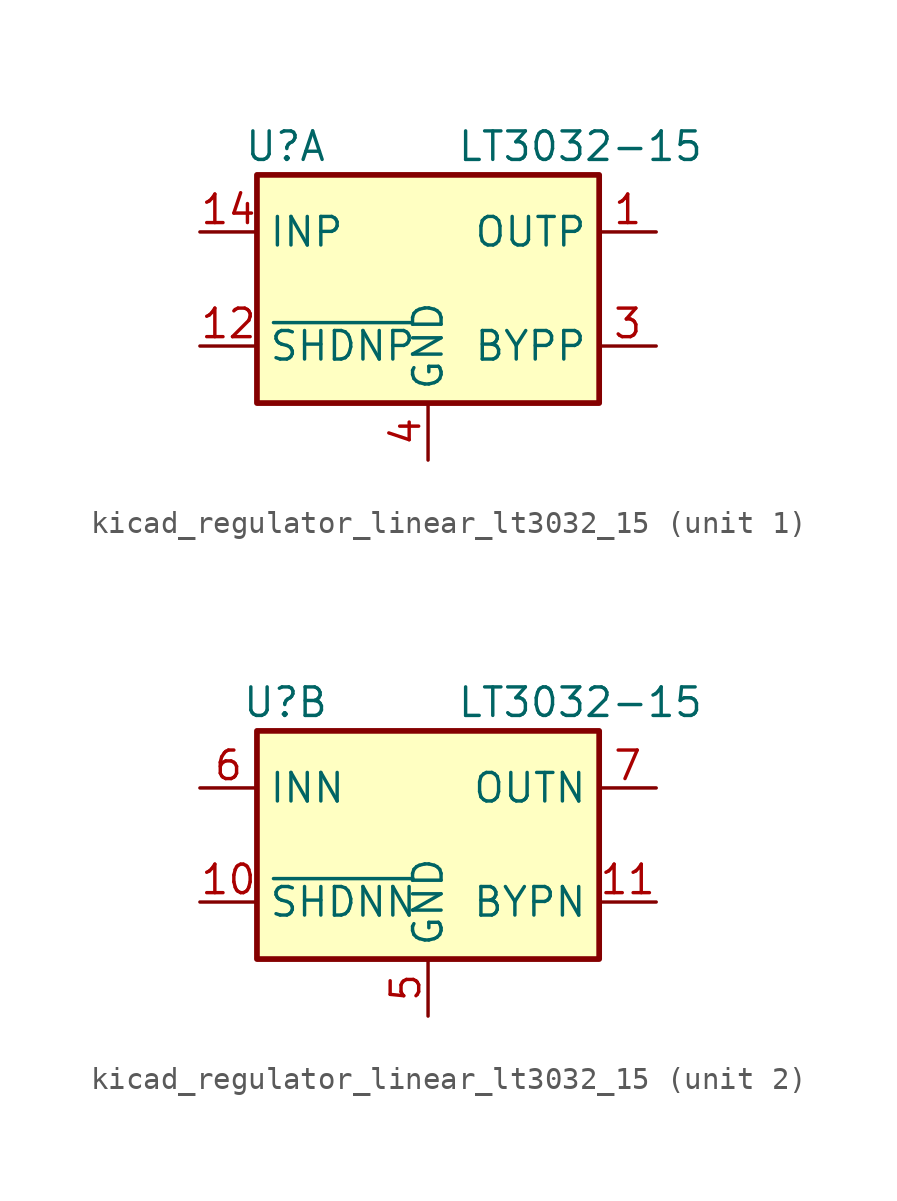
<source format=kicad_sym>
(kicad_symbol_lib
  (version 20220914)
  (generator kicad_symbol_editor)
  (symbol "kicad_regulator_linear_lt3032_15"
    (property "Reference" "U"
      (at -6.35 6.35 0)
      (effects (font (size 1.27 1.27))))
    (property "Value" "LT3032-15"
      (at 1.27 6.35 0)
      (effects (font (size 1.27 1.27)) (justify left)))
    (property "ki_locked" ""
      (at 0 0 0)
      (effects (font (size 1.27 1.27))))
    (symbol "kicad_regulator_linear_lt3032_15_0_1"
      (rectangle (start -7.62 5.08) (end 7.62 -5.08) (stroke (width 0.254) (type default)) (fill (type background))))
    (symbol "kicad_regulator_linear_lt3032_15_1_1"
      (pin power_out line (at 10.16 2.54 180) (length 2.54) (name "OUTP" (effects (font (size 1.27 1.27)))) (number "1" (effects (font (size 1.27 1.27)))))
      (pin input line (at -10.16 -2.54 0) (length 2.54) (name "~{SHDNP}" (effects (font (size 1.27 1.27)))) (number "12" (effects (font (size 1.27 1.27)))))
      (pin no_connect line (at 7.62 -5.08 180) (length 2.54) hide (name "NC" (effects (font (size 1.27 1.27)))) (number "13" (effects (font (size 1.27 1.27)))))
      (pin power_in line (at -10.16 2.54 0) (length 2.54) (name "INP" (effects (font (size 1.27 1.27)))) (number "14" (effects (font (size 1.27 1.27)))))
      (pin no_connect line (at 7.62 0 180) (length 2.54) hide (name "NC" (effects (font (size 1.27 1.27)))) (number "2" (effects (font (size 1.27 1.27)))))
      (pin passive line (at 10.16 -2.54 180) (length 2.54) (name "BYPP" (effects (font (size 1.27 1.27)))) (number "3" (effects (font (size 1.27 1.27)))))
      (pin power_in line (at 0 -7.62 90) (length 2.54) (name "GND" (effects (font (size 1.27 1.27)))) (number "4" (effects (font (size 1.27 1.27))))))
    (symbol "kicad_regulator_linear_lt3032_15_2_1"
      (pin input line (at -10.16 -2.54 0) (length 2.54) (name "~{SHDNN}" (effects (font (size 1.27 1.27)))) (number "10" (effects (font (size 1.27 1.27)))))
      (pin passive line (at 10.16 -2.54 180) (length 2.54) (name "BYPN" (effects (font (size 1.27 1.27)))) (number "11" (effects (font (size 1.27 1.27)))))
      (pin power_in line (at 0 -7.62 90) (length 2.54) (name "GND" (effects (font (size 1.27 1.27)))) (number "5" (effects (font (size 1.27 1.27)))))
      (pin power_in line (at -10.16 2.54 0) (length 2.54) (name "INN" (effects (font (size 1.27 1.27)))) (number "6" (effects (font (size 1.27 1.27)))))
      (pin power_out line (at 10.16 2.54 180) (length 2.54) (name "OUTN" (effects (font (size 1.27 1.27)))) (number "7" (effects (font (size 1.27 1.27)))))
      (pin no_connect line (at 7.62 0 180) (length 2.54) hide (name "NC" (effects (font (size 1.27 1.27)))) (number "8" (effects (font (size 1.27 1.27)))))
      (pin passive line (at -10.16 2.54 0) (length 2.54) hide (name "INN" (effects (font (size 1.27 1.27)))) (number "9" (effects (font (size 1.27 1.27))))))))
</source>
